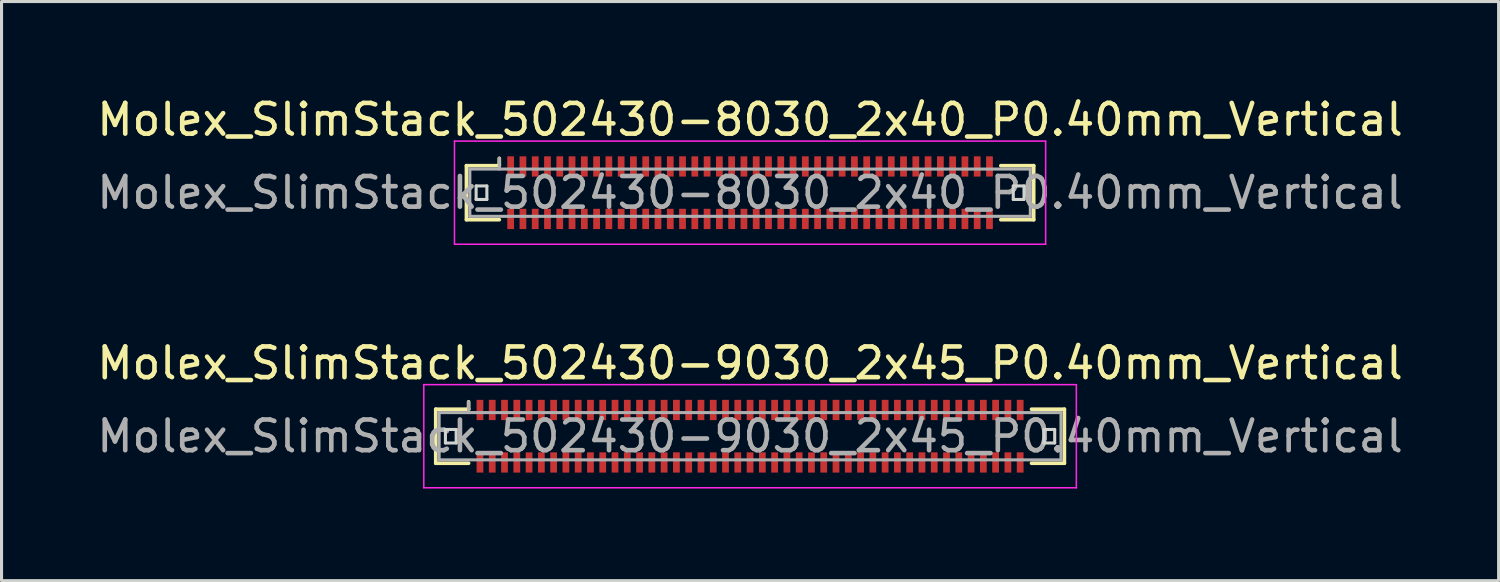
<source format=kicad_pcb>
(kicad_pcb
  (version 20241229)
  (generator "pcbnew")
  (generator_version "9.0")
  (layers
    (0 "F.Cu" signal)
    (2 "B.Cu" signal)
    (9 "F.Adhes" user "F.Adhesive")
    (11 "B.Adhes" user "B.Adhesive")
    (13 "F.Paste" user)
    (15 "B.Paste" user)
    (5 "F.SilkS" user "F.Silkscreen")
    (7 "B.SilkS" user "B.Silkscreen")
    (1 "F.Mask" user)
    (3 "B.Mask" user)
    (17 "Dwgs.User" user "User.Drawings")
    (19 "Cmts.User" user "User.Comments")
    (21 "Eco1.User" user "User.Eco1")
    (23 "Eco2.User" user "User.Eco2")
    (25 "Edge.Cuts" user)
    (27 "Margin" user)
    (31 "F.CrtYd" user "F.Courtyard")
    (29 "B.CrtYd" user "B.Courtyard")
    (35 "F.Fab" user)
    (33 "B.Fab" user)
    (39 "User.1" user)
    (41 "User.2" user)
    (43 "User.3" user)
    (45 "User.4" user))
  (footprint "Molex_SlimStack_502430-9030_2x45_P0.40mm_Vertical"
    (layer "F.Cu")
    (at 21.387 11.162)
    (property "Reference" "Molex_SlimStack_502430-9030_2x45_P0.40mm_Vertical" (at 0 -2.38 0) (layer "F.SilkS") (effects (font (size 1 1) (thickness 0.15))))
    (attr smd)
    (fp_line (start -10.24 -0.88) (end -9.17 -0.88) (stroke (width 0.12) (type solid)) (layer "F.SilkS"))
    (fp_line (start -10.24 0.88) (end -10.24 -0.88) (stroke (width 0.12) (type solid)) (layer "F.SilkS"))
    (fp_line (start -9.17 -0.88) (end -9.17 -1.12) (stroke (width 0.12) (type solid)) (layer "F.SilkS"))
    (fp_line (start -9.17 0.88) (end -10.24 0.88) (stroke (width 0.12) (type solid)) (layer "F.SilkS"))
    (fp_line (start 9.17 0.88) (end 10.24 0.88) (stroke (width 0.12) (type solid)) (layer "F.SilkS"))
    (fp_line (start 10.24 -0.88) (end 9.17 -0.88) (stroke (width 0.12) (type solid)) (layer "F.SilkS"))
    (fp_line (start 10.24 0.88) (end 10.24 -0.88) (stroke (width 0.12) (type solid)) (layer "F.SilkS"))
    (fp_line (start -9.925 -0.22) (end -9.925 0.22) (stroke (width 0.1) (type solid)) (layer "Edge.Cuts"))
    (fp_line (start -9.925 0.22) (end -9.575 0.22) (stroke (width 0.1) (type solid)) (layer "Edge.Cuts"))
    (fp_line (start -9.575 -0.22) (end -9.925 -0.22) (stroke (width 0.1) (type solid)) (layer "Edge.Cuts"))
    (fp_line (start -9.575 0.22) (end -9.575 -0.22) (stroke (width 0.1) (type solid)) (layer "Edge.Cuts"))
    (fp_line (start 9.575 -0.22) (end 9.575 0.22) (stroke (width 0.1) (type solid)) (layer "Edge.Cuts"))
    (fp_line (start 9.575 0.22) (end 9.925 0.22) (stroke (width 0.1) (type solid)) (layer "Edge.Cuts"))
    (fp_line (start 9.925 -0.22) (end 9.575 -0.22) (stroke (width 0.1) (type solid)) (layer "Edge.Cuts"))
    (fp_line (start 9.925 0.22) (end 9.925 -0.22) (stroke (width 0.1) (type solid)) (layer "Edge.Cuts"))
    (fp_line (start -10.63 -1.68) (end -10.63 1.68) (stroke (width 0.05) (type solid)) (layer "F.CrtYd"))
    (fp_line (start -10.63 1.68) (end 10.63 1.68) (stroke (width 0.05) (type solid)) (layer "F.CrtYd"))
    (fp_line (start 10.63 -1.68) (end -10.63 -1.68) (stroke (width 0.05) (type solid)) (layer "F.CrtYd"))
    (fp_line (start 10.63 1.68) (end 10.63 -1.68) (stroke (width 0.05) (type solid)) (layer "F.CrtYd"))
    (fp_line (start -10.13 -0.77) (end -10.13 0.77) (stroke (width 0.1) (type solid)) (layer "F.Fab"))
    (fp_line (start -10.13 0.77) (end 10.13 0.77) (stroke (width 0.1) (type solid)) (layer "F.Fab"))
    (fp_line (start -9.17 -0.77) (end -9.17 -1.12) (stroke (width 0.1) (type solid)) (layer "F.Fab"))
    (fp_line (start 10.13 -0.77) (end -10.13 -0.77) (stroke (width 0.1) (type solid)) (layer "F.Fab"))
    (fp_line (start 10.13 0.77) (end 10.13 -0.77) (stroke (width 0.1) (type solid)) (layer "F.Fab"))
    (fp_text user "${REFERENCE}" (at 0 0 0) (layer "F.Fab") (effects (font (size 1 1) (thickness 0.15))))
    (pad "1" smd rect (at -8.8 -0.855) (size 0.22 0.66) (layers "F.Cu" "F.Mask" "F.Paste"))
    (pad "2" smd rect (at -8.8 0.855) (size 0.22 0.66) (layers "F.Cu" "F.Mask" "F.Paste"))
    (pad "3" smd rect (at -8.4 -0.855) (size 0.22 0.66) (layers "F.Cu" "F.Mask" "F.Paste"))
    (pad "4" smd rect (at -8.4 0.855) (size 0.22 0.66) (layers "F.Cu" "F.Mask" "F.Paste"))
    (pad "5" smd rect (at -8 -0.855) (size 0.22 0.66) (layers "F.Cu" "F.Mask" "F.Paste"))
    (pad "6" smd rect (at -8 0.855) (size 0.22 0.66) (layers "F.Cu" "F.Mask" "F.Paste"))
    (pad "7" smd rect (at -7.6 -0.855) (size 0.22 0.66) (layers "F.Cu" "F.Mask" "F.Paste"))
    (pad "8" smd rect (at -7.6 0.855) (size 0.22 0.66) (layers "F.Cu" "F.Mask" "F.Paste"))
    (pad "9" smd rect (at -7.2 -0.855) (size 0.22 0.66) (layers "F.Cu" "F.Mask" "F.Paste"))
    (pad "10" smd rect (at -7.2 0.855) (size 0.22 0.66) (layers "F.Cu" "F.Mask" "F.Paste"))
    (pad "11" smd rect (at -6.8 -0.855) (size 0.22 0.66) (layers "F.Cu" "F.Mask" "F.Paste"))
    (pad "12" smd rect (at -6.8 0.855) (size 0.22 0.66) (layers "F.Cu" "F.Mask" "F.Paste"))
    (pad "13" smd rect (at -6.4 -0.855) (size 0.22 0.66) (layers "F.Cu" "F.Mask" "F.Paste"))
    (pad "14" smd rect (at -6.4 0.855) (size 0.22 0.66) (layers "F.Cu" "F.Mask" "F.Paste"))
    (pad "15" smd rect (at -6 -0.855) (size 0.22 0.66) (layers "F.Cu" "F.Mask" "F.Paste"))
    (pad "16" smd rect (at -6 0.855) (size 0.22 0.66) (layers "F.Cu" "F.Mask" "F.Paste"))
    (pad "17" smd rect (at -5.6 -0.855) (size 0.22 0.66) (layers "F.Cu" "F.Mask" "F.Paste"))
    (pad "18" smd rect (at -5.6 0.855) (size 0.22 0.66) (layers "F.Cu" "F.Mask" "F.Paste"))
    (pad "19" smd rect (at -5.2 -0.855) (size 0.22 0.66) (layers "F.Cu" "F.Mask" "F.Paste"))
    (pad "20" smd rect (at -5.2 0.855) (size 0.22 0.66) (layers "F.Cu" "F.Mask" "F.Paste"))
    (pad "21" smd rect (at -4.8 -0.855) (size 0.22 0.66) (layers "F.Cu" "F.Mask" "F.Paste"))
    (pad "22" smd rect (at -4.8 0.855) (size 0.22 0.66) (layers "F.Cu" "F.Mask" "F.Paste"))
    (pad "23" smd rect (at -4.4 -0.855) (size 0.22 0.66) (layers "F.Cu" "F.Mask" "F.Paste"))
    (pad "24" smd rect (at -4.4 0.855) (size 0.22 0.66) (layers "F.Cu" "F.Mask" "F.Paste"))
    (pad "25" smd rect (at -4 -0.855) (size 0.22 0.66) (layers "F.Cu" "F.Mask" "F.Paste"))
    (pad "26" smd rect (at -4 0.855) (size 0.22 0.66) (layers "F.Cu" "F.Mask" "F.Paste"))
    (pad "27" smd rect (at -3.6 -0.855) (size 0.22 0.66) (layers "F.Cu" "F.Mask" "F.Paste"))
    (pad "28" smd rect (at -3.6 0.855) (size 0.22 0.66) (layers "F.Cu" "F.Mask" "F.Paste"))
    (pad "29" smd rect (at -3.2 -0.855) (size 0.22 0.66) (layers "F.Cu" "F.Mask" "F.Paste"))
    (pad "30" smd rect (at -3.2 0.855) (size 0.22 0.66) (layers "F.Cu" "F.Mask" "F.Paste"))
    (pad "31" smd rect (at -2.8 -0.855) (size 0.22 0.66) (layers "F.Cu" "F.Mask" "F.Paste"))
    (pad "32" smd rect (at -2.8 0.855) (size 0.22 0.66) (layers "F.Cu" "F.Mask" "F.Paste"))
    (pad "33" smd rect (at -2.4 -0.855) (size 0.22 0.66) (layers "F.Cu" "F.Mask" "F.Paste"))
    (pad "34" smd rect (at -2.4 0.855) (size 0.22 0.66) (layers "F.Cu" "F.Mask" "F.Paste"))
    (pad "35" smd rect (at -2 -0.855) (size 0.22 0.66) (layers "F.Cu" "F.Mask" "F.Paste"))
    (pad "36" smd rect (at -2 0.855) (size 0.22 0.66) (layers "F.Cu" "F.Mask" "F.Paste"))
    (pad "37" smd rect (at -1.6 -0.855) (size 0.22 0.66) (layers "F.Cu" "F.Mask" "F.Paste"))
    (pad "38" smd rect (at -1.6 0.855) (size 0.22 0.66) (layers "F.Cu" "F.Mask" "F.Paste"))
    (pad "39" smd rect (at -1.2 -0.855) (size 0.22 0.66) (layers "F.Cu" "F.Mask" "F.Paste"))
    (pad "40" smd rect (at -1.2 0.855) (size 0.22 0.66) (layers "F.Cu" "F.Mask" "F.Paste"))
    (pad "41" smd rect (at -0.8 -0.855) (size 0.22 0.66) (layers "F.Cu" "F.Mask" "F.Paste"))
    (pad "42" smd rect (at -0.8 0.855) (size 0.22 0.66) (layers "F.Cu" "F.Mask" "F.Paste"))
    (pad "43" smd rect (at -0.4 -0.855) (size 0.22 0.66) (layers "F.Cu" "F.Mask" "F.Paste"))
    (pad "44" smd rect (at -0.4 0.855) (size 0.22 0.66) (layers "F.Cu" "F.Mask" "F.Paste"))
    (pad "45" smd rect (at 0 -0.855) (size 0.22 0.66) (layers "F.Cu" "F.Mask" "F.Paste"))
    (pad "46" smd rect (at 0 0.855) (size 0.22 0.66) (layers "F.Cu" "F.Mask" "F.Paste"))
    (pad "47" smd rect (at 0.4 -0.855) (size 0.22 0.66) (layers "F.Cu" "F.Mask" "F.Paste"))
    (pad "48" smd rect (at 0.4 0.855) (size 0.22 0.66) (layers "F.Cu" "F.Mask" "F.Paste"))
    (pad "49" smd rect (at 0.8 -0.855) (size 0.22 0.66) (layers "F.Cu" "F.Mask" "F.Paste"))
    (pad "50" smd rect (at 0.8 0.855) (size 0.22 0.66) (layers "F.Cu" "F.Mask" "F.Paste"))
    (pad "51" smd rect (at 1.2 -0.855) (size 0.22 0.66) (layers "F.Cu" "F.Mask" "F.Paste"))
    (pad "52" smd rect (at 1.2 0.855) (size 0.22 0.66) (layers "F.Cu" "F.Mask" "F.Paste"))
    (pad "53" smd rect (at 1.6 -0.855) (size 0.22 0.66) (layers "F.Cu" "F.Mask" "F.Paste"))
    (pad "54" smd rect (at 1.6 0.855) (size 0.22 0.66) (layers "F.Cu" "F.Mask" "F.Paste"))
    (pad "55" smd rect (at 2 -0.855) (size 0.22 0.66) (layers "F.Cu" "F.Mask" "F.Paste"))
    (pad "56" smd rect (at 2 0.855) (size 0.22 0.66) (layers "F.Cu" "F.Mask" "F.Paste"))
    (pad "57" smd rect (at 2.4 -0.855) (size 0.22 0.66) (layers "F.Cu" "F.Mask" "F.Paste"))
    (pad "58" smd rect (at 2.4 0.855) (size 0.22 0.66) (layers "F.Cu" "F.Mask" "F.Paste"))
    (pad "59" smd rect (at 2.8 -0.855) (size 0.22 0.66) (layers "F.Cu" "F.Mask" "F.Paste"))
    (pad "60" smd rect (at 2.8 0.855) (size 0.22 0.66) (layers "F.Cu" "F.Mask" "F.Paste"))
    (pad "61" smd rect (at 3.2 -0.855) (size 0.22 0.66) (layers "F.Cu" "F.Mask" "F.Paste"))
    (pad "62" smd rect (at 3.2 0.855) (size 0.22 0.66) (layers "F.Cu" "F.Mask" "F.Paste"))
    (pad "63" smd rect (at 3.6 -0.855) (size 0.22 0.66) (layers "F.Cu" "F.Mask" "F.Paste"))
    (pad "64" smd rect (at 3.6 0.855) (size 0.22 0.66) (layers "F.Cu" "F.Mask" "F.Paste"))
    (pad "65" smd rect (at 4 -0.855) (size 0.22 0.66) (layers "F.Cu" "F.Mask" "F.Paste"))
    (pad "66" smd rect (at 4 0.855) (size 0.22 0.66) (layers "F.Cu" "F.Mask" "F.Paste"))
    (pad "67" smd rect (at 4.4 -0.855) (size 0.22 0.66) (layers "F.Cu" "F.Mask" "F.Paste"))
    (pad "68" smd rect (at 4.4 0.855) (size 0.22 0.66) (layers "F.Cu" "F.Mask" "F.Paste"))
    (pad "69" smd rect (at 4.8 -0.855) (size 0.22 0.66) (layers "F.Cu" "F.Mask" "F.Paste"))
    (pad "70" smd rect (at 4.8 0.855) (size 0.22 0.66) (layers "F.Cu" "F.Mask" "F.Paste"))
    (pad "71" smd rect (at 5.2 -0.855) (size 0.22 0.66) (layers "F.Cu" "F.Mask" "F.Paste"))
    (pad "72" smd rect (at 5.2 0.855) (size 0.22 0.66) (layers "F.Cu" "F.Mask" "F.Paste"))
    (pad "73" smd rect (at 5.6 -0.855) (size 0.22 0.66) (layers "F.Cu" "F.Mask" "F.Paste"))
    (pad "74" smd rect (at 5.6 0.855) (size 0.22 0.66) (layers "F.Cu" "F.Mask" "F.Paste"))
    (pad "75" smd rect (at 6 -0.855) (size 0.22 0.66) (layers "F.Cu" "F.Mask" "F.Paste"))
    (pad "76" smd rect (at 6 0.855) (size 0.22 0.66) (layers "F.Cu" "F.Mask" "F.Paste"))
    (pad "77" smd rect (at 6.4 -0.855) (size 0.22 0.66) (layers "F.Cu" "F.Mask" "F.Paste"))
    (pad "78" smd rect (at 6.4 0.855) (size 0.22 0.66) (layers "F.Cu" "F.Mask" "F.Paste"))
    (pad "79" smd rect (at 6.8 -0.855) (size 0.22 0.66) (layers "F.Cu" "F.Mask" "F.Paste"))
    (pad "80" smd rect (at 6.8 0.855) (size 0.22 0.66) (layers "F.Cu" "F.Mask" "F.Paste"))
    (pad "81" smd rect (at 7.2 -0.855) (size 0.22 0.66) (layers "F.Cu" "F.Mask" "F.Paste"))
    (pad "82" smd rect (at 7.2 0.855) (size 0.22 0.66) (layers "F.Cu" "F.Mask" "F.Paste"))
    (pad "83" smd rect (at 7.6 -0.855) (size 0.22 0.66) (layers "F.Cu" "F.Mask" "F.Paste"))
    (pad "84" smd rect (at 7.6 0.855) (size 0.22 0.66) (layers "F.Cu" "F.Mask" "F.Paste"))
    (pad "85" smd rect (at 8 -0.855) (size 0.22 0.66) (layers "F.Cu" "F.Mask" "F.Paste"))
    (pad "86" smd rect (at 8 0.855) (size 0.22 0.66) (layers "F.Cu" "F.Mask" "F.Paste"))
    (pad "87" smd rect (at 8.4 -0.855) (size 0.22 0.66) (layers "F.Cu" "F.Mask" "F.Paste"))
    (pad "88" smd rect (at 8.4 0.855) (size 0.22 0.66) (layers "F.Cu" "F.Mask" "F.Paste"))
    (pad "89" smd rect (at 8.8 -0.855) (size 0.22 0.66) (layers "F.Cu" "F.Mask" "F.Paste"))
    (pad "90" smd rect (at 8.8 0.855) (size 0.22 0.66) (layers "F.Cu" "F.Mask" "F.Paste")))
  (footprint "Molex_SlimStack_502430-8030_2x40_P0.40mm_Vertical"
    (layer "F.Cu")
    (at 21.387 3.228)
    (property "Reference" "Molex_SlimStack_502430-8030_2x40_P0.40mm_Vertical" (at 0 -2.38 0) (layer "F.SilkS") (effects (font (size 1 1) (thickness 0.15))))
    (attr smd)
    (fp_line (start -9.24 -0.88) (end -8.17 -0.88) (stroke (width 0.12) (type solid)) (layer "F.SilkS"))
    (fp_line (start -9.24 0.88) (end -9.24 -0.88) (stroke (width 0.12) (type solid)) (layer "F.SilkS"))
    (fp_line (start -8.17 -0.88) (end -8.17 -1.12) (stroke (width 0.12) (type solid)) (layer "F.SilkS"))
    (fp_line (start -8.17 0.88) (end -9.24 0.88) (stroke (width 0.12) (type solid)) (layer "F.SilkS"))
    (fp_line (start 8.17 0.88) (end 9.24 0.88) (stroke (width 0.12) (type solid)) (layer "F.SilkS"))
    (fp_line (start 9.24 -0.88) (end 8.17 -0.88) (stroke (width 0.12) (type solid)) (layer "F.SilkS"))
    (fp_line (start 9.24 0.88) (end 9.24 -0.88) (stroke (width 0.12) (type solid)) (layer "F.SilkS"))
    (fp_line (start -8.925 -0.22) (end -8.925 0.22) (stroke (width 0.1) (type solid)) (layer "Edge.Cuts"))
    (fp_line (start -8.925 0.22) (end -8.575 0.22) (stroke (width 0.1) (type solid)) (layer "Edge.Cuts"))
    (fp_line (start -8.575 -0.22) (end -8.925 -0.22) (stroke (width 0.1) (type solid)) (layer "Edge.Cuts"))
    (fp_line (start -8.575 0.22) (end -8.575 -0.22) (stroke (width 0.1) (type solid)) (layer "Edge.Cuts"))
    (fp_line (start 8.575 -0.22) (end 8.575 0.22) (stroke (width 0.1) (type solid)) (layer "Edge.Cuts"))
    (fp_line (start 8.575 0.22) (end 8.925 0.22) (stroke (width 0.1) (type solid)) (layer "Edge.Cuts"))
    (fp_line (start 8.925 -0.22) (end 8.575 -0.22) (stroke (width 0.1) (type solid)) (layer "Edge.Cuts"))
    (fp_line (start 8.925 0.22) (end 8.925 -0.22) (stroke (width 0.1) (type solid)) (layer "Edge.Cuts"))
    (fp_line (start -9.63 -1.68) (end -9.63 1.68) (stroke (width 0.05) (type solid)) (layer "F.CrtYd"))
    (fp_line (start -9.63 1.68) (end 9.63 1.68) (stroke (width 0.05) (type solid)) (layer "F.CrtYd"))
    (fp_line (start 9.63 -1.68) (end -9.63 -1.68) (stroke (width 0.05) (type solid)) (layer "F.CrtYd"))
    (fp_line (start 9.63 1.68) (end 9.63 -1.68) (stroke (width 0.05) (type solid)) (layer "F.CrtYd"))
    (fp_line (start -9.13 -0.77) (end -9.13 0.77) (stroke (width 0.1) (type solid)) (layer "F.Fab"))
    (fp_line (start -9.13 0.77) (end 9.13 0.77) (stroke (width 0.1) (type solid)) (layer "F.Fab"))
    (fp_line (start -8.17 -0.77) (end -8.17 -1.12) (stroke (width 0.1) (type solid)) (layer "F.Fab"))
    (fp_line (start 9.13 -0.77) (end -9.13 -0.77) (stroke (width 0.1) (type solid)) (layer "F.Fab"))
    (fp_line (start 9.13 0.77) (end 9.13 -0.77) (stroke (width 0.1) (type solid)) (layer "F.Fab"))
    (fp_text user "${REFERENCE}" (at 0 0 0) (layer "F.Fab") (effects (font (size 1 1) (thickness 0.15))))
    (pad "1" smd rect (at -7.8 -0.855) (size 0.22 0.66) (layers "F.Cu" "F.Mask" "F.Paste"))
    (pad "2" smd rect (at -7.8 0.855) (size 0.22 0.66) (layers "F.Cu" "F.Mask" "F.Paste"))
    (pad "3" smd rect (at -7.4 -0.855) (size 0.22 0.66) (layers "F.Cu" "F.Mask" "F.Paste"))
    (pad "4" smd rect (at -7.4 0.855) (size 0.22 0.66) (layers "F.Cu" "F.Mask" "F.Paste"))
    (pad "5" smd rect (at -7 -0.855) (size 0.22 0.66) (layers "F.Cu" "F.Mask" "F.Paste"))
    (pad "6" smd rect (at -7 0.855) (size 0.22 0.66) (layers "F.Cu" "F.Mask" "F.Paste"))
    (pad "7" smd rect (at -6.6 -0.855) (size 0.22 0.66) (layers "F.Cu" "F.Mask" "F.Paste"))
    (pad "8" smd rect (at -6.6 0.855) (size 0.22 0.66) (layers "F.Cu" "F.Mask" "F.Paste"))
    (pad "9" smd rect (at -6.2 -0.855) (size 0.22 0.66) (layers "F.Cu" "F.Mask" "F.Paste"))
    (pad "10" smd rect (at -6.2 0.855) (size 0.22 0.66) (layers "F.Cu" "F.Mask" "F.Paste"))
    (pad "11" smd rect (at -5.8 -0.855) (size 0.22 0.66) (layers "F.Cu" "F.Mask" "F.Paste"))
    (pad "12" smd rect (at -5.8 0.855) (size 0.22 0.66) (layers "F.Cu" "F.Mask" "F.Paste"))
    (pad "13" smd rect (at -5.4 -0.855) (size 0.22 0.66) (layers "F.Cu" "F.Mask" "F.Paste"))
    (pad "14" smd rect (at -5.4 0.855) (size 0.22 0.66) (layers "F.Cu" "F.Mask" "F.Paste"))
    (pad "15" smd rect (at -5 -0.855) (size 0.22 0.66) (layers "F.Cu" "F.Mask" "F.Paste"))
    (pad "16" smd rect (at -5 0.855) (size 0.22 0.66) (layers "F.Cu" "F.Mask" "F.Paste"))
    (pad "17" smd rect (at -4.6 -0.855) (size 0.22 0.66) (layers "F.Cu" "F.Mask" "F.Paste"))
    (pad "18" smd rect (at -4.6 0.855) (size 0.22 0.66) (layers "F.Cu" "F.Mask" "F.Paste"))
    (pad "19" smd rect (at -4.2 -0.855) (size 0.22 0.66) (layers "F.Cu" "F.Mask" "F.Paste"))
    (pad "20" smd rect (at -4.2 0.855) (size 0.22 0.66) (layers "F.Cu" "F.Mask" "F.Paste"))
    (pad "21" smd rect (at -3.8 -0.855) (size 0.22 0.66) (layers "F.Cu" "F.Mask" "F.Paste"))
    (pad "22" smd rect (at -3.8 0.855) (size 0.22 0.66) (layers "F.Cu" "F.Mask" "F.Paste"))
    (pad "23" smd rect (at -3.4 -0.855) (size 0.22 0.66) (layers "F.Cu" "F.Mask" "F.Paste"))
    (pad "24" smd rect (at -3.4 0.855) (size 0.22 0.66) (layers "F.Cu" "F.Mask" "F.Paste"))
    (pad "25" smd rect (at -3 -0.855) (size 0.22 0.66) (layers "F.Cu" "F.Mask" "F.Paste"))
    (pad "26" smd rect (at -3 0.855) (size 0.22 0.66) (layers "F.Cu" "F.Mask" "F.Paste"))
    (pad "27" smd rect (at -2.6 -0.855) (size 0.22 0.66) (layers "F.Cu" "F.Mask" "F.Paste"))
    (pad "28" smd rect (at -2.6 0.855) (size 0.22 0.66) (layers "F.Cu" "F.Mask" "F.Paste"))
    (pad "29" smd rect (at -2.2 -0.855) (size 0.22 0.66) (layers "F.Cu" "F.Mask" "F.Paste"))
    (pad "30" smd rect (at -2.2 0.855) (size 0.22 0.66) (layers "F.Cu" "F.Mask" "F.Paste"))
    (pad "31" smd rect (at -1.8 -0.855) (size 0.22 0.66) (layers "F.Cu" "F.Mask" "F.Paste"))
    (pad "32" smd rect (at -1.8 0.855) (size 0.22 0.66) (layers "F.Cu" "F.Mask" "F.Paste"))
    (pad "33" smd rect (at -1.4 -0.855) (size 0.22 0.66) (layers "F.Cu" "F.Mask" "F.Paste"))
    (pad "34" smd rect (at -1.4 0.855) (size 0.22 0.66) (layers "F.Cu" "F.Mask" "F.Paste"))
    (pad "35" smd rect (at -1 -0.855) (size 0.22 0.66) (layers "F.Cu" "F.Mask" "F.Paste"))
    (pad "36" smd rect (at -1 0.855) (size 0.22 0.66) (layers "F.Cu" "F.Mask" "F.Paste"))
    (pad "37" smd rect (at -0.6 -0.855) (size 0.22 0.66) (layers "F.Cu" "F.Mask" "F.Paste"))
    (pad "38" smd rect (at -0.6 0.855) (size 0.22 0.66) (layers "F.Cu" "F.Mask" "F.Paste"))
    (pad "39" smd rect (at -0.2 -0.855) (size 0.22 0.66) (layers "F.Cu" "F.Mask" "F.Paste"))
    (pad "40" smd rect (at -0.2 0.855) (size 0.22 0.66) (layers "F.Cu" "F.Mask" "F.Paste"))
    (pad "41" smd rect (at 0.2 -0.855) (size 0.22 0.66) (layers "F.Cu" "F.Mask" "F.Paste"))
    (pad "42" smd rect (at 0.2 0.855) (size 0.22 0.66) (layers "F.Cu" "F.Mask" "F.Paste"))
    (pad "43" smd rect (at 0.6 -0.855) (size 0.22 0.66) (layers "F.Cu" "F.Mask" "F.Paste"))
    (pad "44" smd rect (at 0.6 0.855) (size 0.22 0.66) (layers "F.Cu" "F.Mask" "F.Paste"))
    (pad "45" smd rect (at 1 -0.855) (size 0.22 0.66) (layers "F.Cu" "F.Mask" "F.Paste"))
    (pad "46" smd rect (at 1 0.855) (size 0.22 0.66) (layers "F.Cu" "F.Mask" "F.Paste"))
    (pad "47" smd rect (at 1.4 -0.855) (size 0.22 0.66) (layers "F.Cu" "F.Mask" "F.Paste"))
    (pad "48" smd rect (at 1.4 0.855) (size 0.22 0.66) (layers "F.Cu" "F.Mask" "F.Paste"))
    (pad "49" smd rect (at 1.8 -0.855) (size 0.22 0.66) (layers "F.Cu" "F.Mask" "F.Paste"))
    (pad "50" smd rect (at 1.8 0.855) (size 0.22 0.66) (layers "F.Cu" "F.Mask" "F.Paste"))
    (pad "51" smd rect (at 2.2 -0.855) (size 0.22 0.66) (layers "F.Cu" "F.Mask" "F.Paste"))
    (pad "52" smd rect (at 2.2 0.855) (size 0.22 0.66) (layers "F.Cu" "F.Mask" "F.Paste"))
    (pad "53" smd rect (at 2.6 -0.855) (size 0.22 0.66) (layers "F.Cu" "F.Mask" "F.Paste"))
    (pad "54" smd rect (at 2.6 0.855) (size 0.22 0.66) (layers "F.Cu" "F.Mask" "F.Paste"))
    (pad "55" smd rect (at 3 -0.855) (size 0.22 0.66) (layers "F.Cu" "F.Mask" "F.Paste"))
    (pad "56" smd rect (at 3 0.855) (size 0.22 0.66) (layers "F.Cu" "F.Mask" "F.Paste"))
    (pad "57" smd rect (at 3.4 -0.855) (size 0.22 0.66) (layers "F.Cu" "F.Mask" "F.Paste"))
    (pad "58" smd rect (at 3.4 0.855) (size 0.22 0.66) (layers "F.Cu" "F.Mask" "F.Paste"))
    (pad "59" smd rect (at 3.8 -0.855) (size 0.22 0.66) (layers "F.Cu" "F.Mask" "F.Paste"))
    (pad "60" smd rect (at 3.8 0.855) (size 0.22 0.66) (layers "F.Cu" "F.Mask" "F.Paste"))
    (pad "61" smd rect (at 4.2 -0.855) (size 0.22 0.66) (layers "F.Cu" "F.Mask" "F.Paste"))
    (pad "62" smd rect (at 4.2 0.855) (size 0.22 0.66) (layers "F.Cu" "F.Mask" "F.Paste"))
    (pad "63" smd rect (at 4.6 -0.855) (size 0.22 0.66) (layers "F.Cu" "F.Mask" "F.Paste"))
    (pad "64" smd rect (at 4.6 0.855) (size 0.22 0.66) (layers "F.Cu" "F.Mask" "F.Paste"))
    (pad "65" smd rect (at 5 -0.855) (size 0.22 0.66) (layers "F.Cu" "F.Mask" "F.Paste"))
    (pad "66" smd rect (at 5 0.855) (size 0.22 0.66) (layers "F.Cu" "F.Mask" "F.Paste"))
    (pad "67" smd rect (at 5.4 -0.855) (size 0.22 0.66) (layers "F.Cu" "F.Mask" "F.Paste"))
    (pad "68" smd rect (at 5.4 0.855) (size 0.22 0.66) (layers "F.Cu" "F.Mask" "F.Paste"))
    (pad "69" smd rect (at 5.8 -0.855) (size 0.22 0.66) (layers "F.Cu" "F.Mask" "F.Paste"))
    (pad "70" smd rect (at 5.8 0.855) (size 0.22 0.66) (layers "F.Cu" "F.Mask" "F.Paste"))
    (pad "71" smd rect (at 6.2 -0.855) (size 0.22 0.66) (layers "F.Cu" "F.Mask" "F.Paste"))
    (pad "72" smd rect (at 6.2 0.855) (size 0.22 0.66) (layers "F.Cu" "F.Mask" "F.Paste"))
    (pad "73" smd rect (at 6.6 -0.855) (size 0.22 0.66) (layers "F.Cu" "F.Mask" "F.Paste"))
    (pad "74" smd rect (at 6.6 0.855) (size 0.22 0.66) (layers "F.Cu" "F.Mask" "F.Paste"))
    (pad "75" smd rect (at 7 -0.855) (size 0.22 0.66) (layers "F.Cu" "F.Mask" "F.Paste"))
    (pad "76" smd rect (at 7 0.855) (size 0.22 0.66) (layers "F.Cu" "F.Mask" "F.Paste"))
    (pad "77" smd rect (at 7.4 -0.855) (size 0.22 0.66) (layers "F.Cu" "F.Mask" "F.Paste"))
    (pad "78" smd rect (at 7.4 0.855) (size 0.22 0.66) (layers "F.Cu" "F.Mask" "F.Paste"))
    (pad "79" smd rect (at 7.8 -0.855) (size 0.22 0.66) (layers "F.Cu" "F.Mask" "F.Paste"))
    (pad "80" smd rect (at 7.8 0.855) (size 0.22 0.66) (layers "F.Cu" "F.Mask" "F.Paste")))
  (gr_rect
    (start -3 -3)
    (end 45.774 15.867)
    (stroke (width 0.1) (type default))
    (fill no)
    (layer "Edge.Cuts")))
</source>
